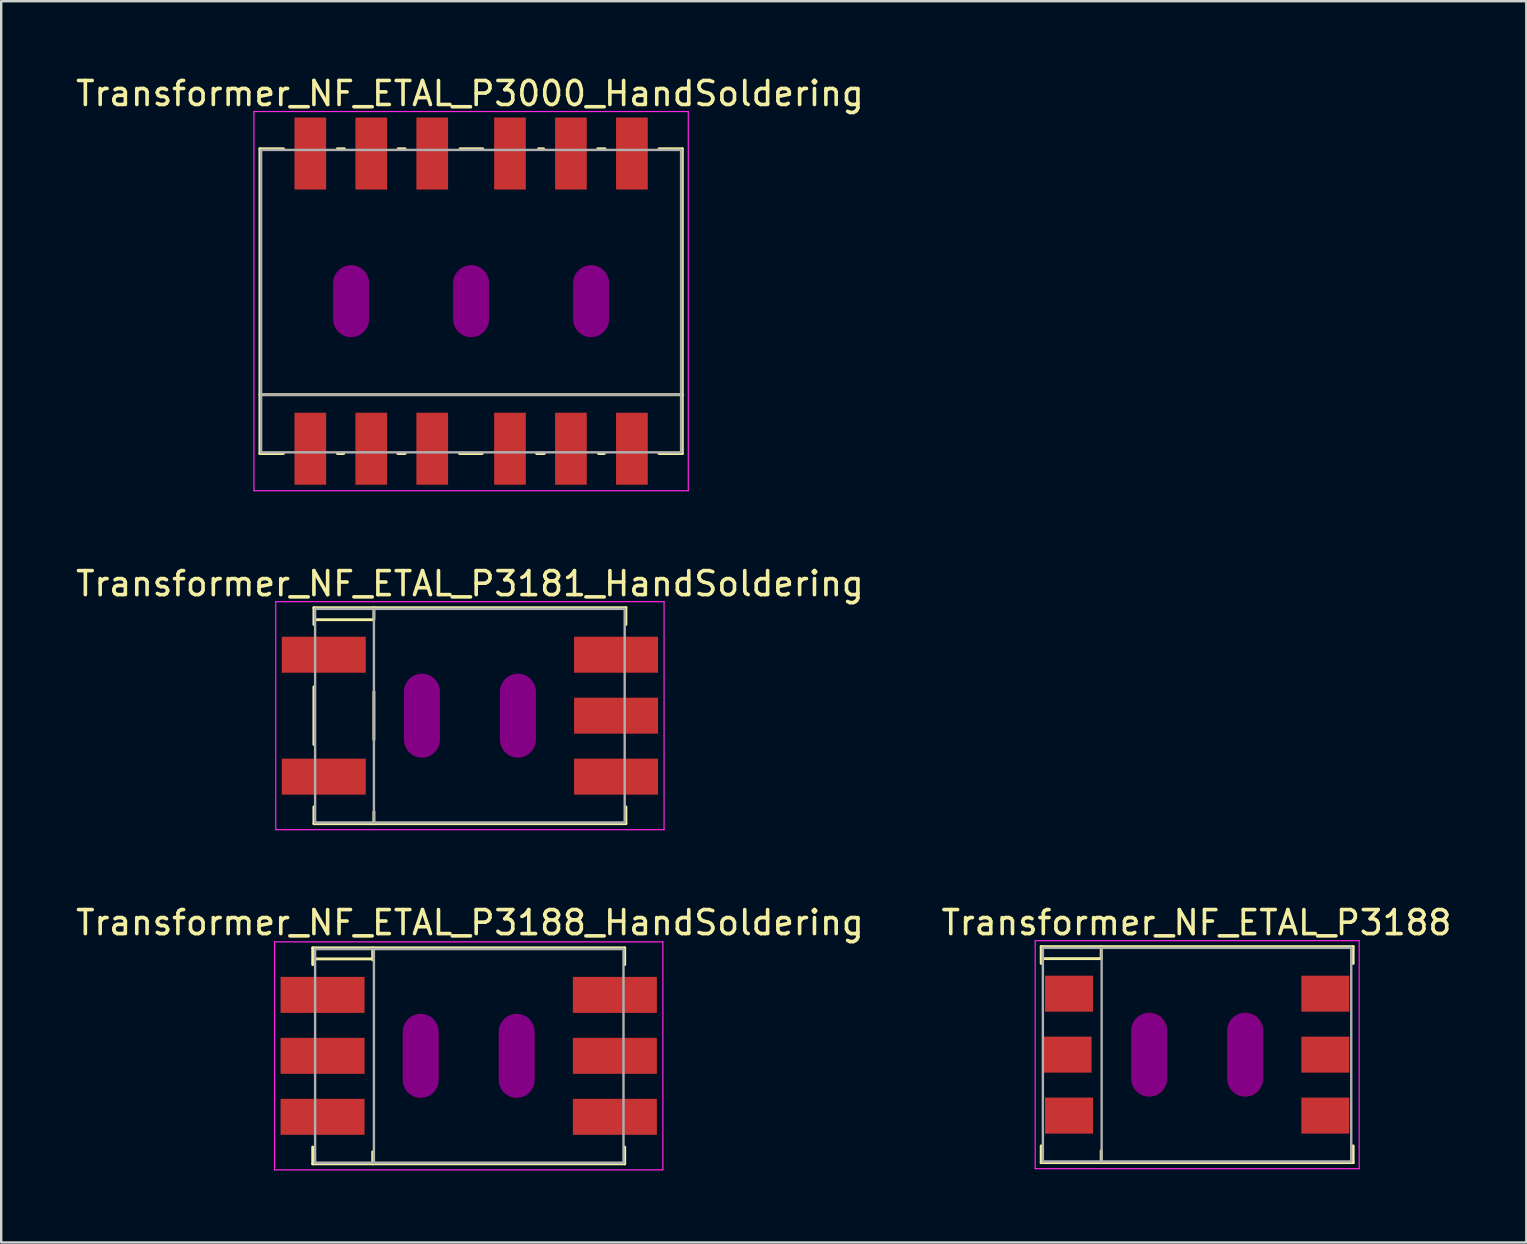
<source format=kicad_pcb>
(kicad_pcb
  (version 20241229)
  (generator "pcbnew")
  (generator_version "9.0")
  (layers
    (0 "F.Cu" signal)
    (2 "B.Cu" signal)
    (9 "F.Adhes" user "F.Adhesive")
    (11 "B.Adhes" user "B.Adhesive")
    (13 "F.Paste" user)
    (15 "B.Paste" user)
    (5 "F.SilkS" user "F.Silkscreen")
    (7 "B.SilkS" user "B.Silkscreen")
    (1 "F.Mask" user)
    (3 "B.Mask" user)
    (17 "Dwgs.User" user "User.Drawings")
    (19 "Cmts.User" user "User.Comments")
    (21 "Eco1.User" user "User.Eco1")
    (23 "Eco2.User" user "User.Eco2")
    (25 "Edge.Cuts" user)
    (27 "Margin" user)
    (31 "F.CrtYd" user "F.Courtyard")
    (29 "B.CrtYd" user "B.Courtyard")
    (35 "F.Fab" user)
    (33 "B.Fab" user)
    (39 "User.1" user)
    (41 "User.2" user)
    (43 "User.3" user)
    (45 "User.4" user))
  (footprint "Transformer_NF_ETAL_P3181_HandSoldering"
    (layer "F.Cu")
    (at 16.53 26.771)
    (property "Reference" "Transformer_NF_ETAL_P3181_HandSoldering" (at 0 -5.5 0) (layer "F.SilkS") (effects (font (size 1 1) (thickness 0.15))))
    (attr smd)
    (fp_line (start -6.5 -4.5) (end -6.5 -3.8) (stroke (width 0.12) (type solid)) (layer "F.SilkS"))
    (fp_line (start -6.5 -1.2) (end -6.5 1.2) (stroke (width 0.12) (type solid)) (layer "F.SilkS"))
    (fp_line (start -6.5 3.8) (end -6.5 4.5) (stroke (width 0.12) (type solid)) (layer "F.SilkS"))
    (fp_line (start -6.5 4.5) (end 6.5 4.5) (stroke (width 0.12) (type solid)) (layer "F.SilkS"))
    (fp_line (start -4.02 -4) (end -6.42 -4) (stroke (width 0.12) (type solid)) (layer "F.SilkS"))
    (fp_line (start -4 -4.5) (end -4 -4) (stroke (width 0.12) (type solid)) (layer "F.SilkS"))
    (fp_line (start -4 -1) (end -4 1) (stroke (width 0.12) (type solid)) (layer "F.SilkS"))
    (fp_line (start -4 4.5) (end -4 4) (stroke (width 0.12) (type solid)) (layer "F.SilkS"))
    (fp_line (start 6.5 -4.5) (end -6.5 -4.5) (stroke (width 0.12) (type solid)) (layer "F.SilkS"))
    (fp_line (start 6.5 -4.5) (end 6.5 -3.8) (stroke (width 0.12) (type solid)) (layer "F.SilkS"))
    (fp_line (start 6.5 3.8) (end 6.5 4.5) (stroke (width 0.12) (type solid)) (layer "F.SilkS"))
    (fp_line (start -8.09 -4.75) (end -8.09 4.75) (stroke (width 0.05) (type solid)) (layer "F.CrtYd"))
    (fp_line (start -8.09 -4.75) (end 8.09 -4.75) (stroke (width 0.05) (type solid)) (layer "F.CrtYd"))
    (fp_line (start 8.09 4.75) (end -8.09 4.75) (stroke (width 0.05) (type solid)) (layer "F.CrtYd"))
    (fp_line (start 8.09 4.75) (end 8.09 -4.75) (stroke (width 0.05) (type solid)) (layer "F.CrtYd"))
    (fp_line (start -6.45 -4.45) (end -6.45 4.45) (stroke (width 0.1) (type solid)) (layer "F.Fab"))
    (fp_line (start -6.45 4.45) (end 6.45 4.45) (stroke (width 0.1) (type solid)) (layer "F.Fab"))
    (fp_line (start -4 -4.45) (end -4 4.45) (stroke (width 0.1) (type solid)) (layer "F.Fab"))
    (fp_line (start 6.45 -4.45) (end -6.45 -4.45) (stroke (width 0.1) (type solid)) (layer "F.Fab"))
    (fp_line (start 6.45 4.45) (end 6.45 -4.45) (stroke (width 0.1) (type solid)) (layer "F.Fab"))
    (pad "" smd oval (at -2 0 90) (size 3.5 1.5) (layers "F.Adhes"))
    (pad "" smd oval (at 2 0 90) (size 3.5 1.5) (layers "F.Adhes"))
    (pad "1" smd rect (at -6.09 -2.54) (size 3.5 1.5) (layers "F.Cu" "F.Mask" "F.Paste"))
    (pad "2" smd rect (at -6.09 2.54) (size 3.5 1.5) (layers "F.Cu" "F.Mask" "F.Paste"))
    (pad "3" smd rect (at 6.09 2.54) (size 3.5 1.5) (layers "F.Cu" "F.Mask" "F.Paste"))
    (pad "4" smd rect (at 6.09 0) (size 3.5 1.5) (layers "F.Cu" "F.Mask" "F.Paste"))
    (pad "5" smd rect (at 6.09 -2.54) (size 3.5 1.5) (layers "F.Cu" "F.Mask" "F.Paste")))
  (footprint "Transformer_NF_ETAL_P3188_HandSoldering"
    (layer "F.Cu")
    (at 16.48 40.945)
    (property "Reference" "Transformer_NF_ETAL_P3188_HandSoldering" (at 0.05 -5.55 0) (layer "F.SilkS") (effects (font (size 1 1) (thickness 0.15))))
    (attr smd)
    (fp_line (start -6.5 -4.5) (end -6.5 -3.8) (stroke (width 0.12) (type solid)) (layer "F.SilkS"))
    (fp_line (start -6.5 3.8) (end -6.5 4.5) (stroke (width 0.12) (type solid)) (layer "F.SilkS"))
    (fp_line (start -6.5 4.5) (end 6.5 4.5) (stroke (width 0.12) (type solid)) (layer "F.SilkS"))
    (fp_line (start -4 -4.5) (end -4 -4) (stroke (width 0.12) (type solid)) (layer "F.SilkS"))
    (fp_line (start -4 -4.04) (end -6.44 -4.04) (stroke (width 0.12) (type solid)) (layer "F.SilkS"))
    (fp_line (start -4 4.5) (end -4 4) (stroke (width 0.12) (type solid)) (layer "F.SilkS"))
    (fp_line (start 6.5 -4.5) (end -6.5 -4.5) (stroke (width 0.12) (type solid)) (layer "F.SilkS"))
    (fp_line (start 6.5 -4.5) (end 6.5 -3.8) (stroke (width 0.12) (type solid)) (layer "F.SilkS"))
    (fp_line (start 6.5 3.8) (end 6.5 4.5) (stroke (width 0.12) (type solid)) (layer "F.SilkS"))
    (fp_line (start -8.09 -4.75) (end -8.09 4.75) (stroke (width 0.05) (type solid)) (layer "F.CrtYd"))
    (fp_line (start -8.09 -4.75) (end 8.09 -4.75) (stroke (width 0.05) (type solid)) (layer "F.CrtYd"))
    (fp_line (start 8.09 4.75) (end -8.09 4.75) (stroke (width 0.05) (type solid)) (layer "F.CrtYd"))
    (fp_line (start 8.09 4.75) (end 8.09 -4.75) (stroke (width 0.05) (type solid)) (layer "F.CrtYd"))
    (fp_line (start -6.4 -4.45) (end 6.45 -4.45) (stroke (width 0.1) (type solid)) (layer "F.Fab"))
    (fp_line (start -6.4 4.45) (end -6.4 -4.45) (stroke (width 0.1) (type solid)) (layer "F.Fab"))
    (fp_line (start -3.95 -4.45) (end -3.95 4.45) (stroke (width 0.1) (type solid)) (layer "F.Fab"))
    (fp_line (start 6.45 -4.45) (end 6.45 4.45) (stroke (width 0.1) (type solid)) (layer "F.Fab"))
    (fp_line (start 6.45 4.45) (end -6.4 4.45) (stroke (width 0.1) (type solid)) (layer "F.Fab"))
    (pad "" smd oval (at -2 0 90) (size 3.5 1.5) (layers "F.Adhes"))
    (pad "" smd oval (at 2 0 90) (size 3.5 1.5) (layers "F.Adhes"))
    (pad "1" smd rect (at -6.09 -2.54) (size 3.5 1.5) (layers "F.Cu" "F.Mask" "F.Paste"))
    (pad "2" smd rect (at -6.09 0) (size 3.5 1.5) (layers "F.Cu" "F.Mask" "F.Paste"))
    (pad "2" smd rect (at -6.09 2.54) (size 3.5 1.5) (layers "F.Cu" "F.Mask" "F.Paste"))
    (pad "3" smd rect (at 6.09 2.54) (size 3.5 1.5) (layers "F.Cu" "F.Mask" "F.Paste"))
    (pad "4" smd rect (at 6.09 0) (size 3.5 1.5) (layers "F.Cu" "F.Mask" "F.Paste"))
    (pad "5" smd rect (at 6.09 -2.54) (size 3.5 1.5) (layers "F.Cu" "F.Mask" "F.Paste")))
  (footprint "Transformer_NF_ETAL_P3000_HandSoldering"
    (layer "F.Cu")
    (at 16.58 9.498)
    (property "Reference" "Transformer_NF_ETAL_P3000_HandSoldering" (at -0.05 -8.65 0) (layer "F.SilkS") (effects (font (size 1 1) (thickness 0.15))))
    (attr smd)
    (fp_line (start -8.8 -6.35) (end -7.82 -6.35) (stroke (width 0.12) (type solid)) (layer "F.SilkS"))
    (fp_line (start -8.8 6.35) (end -8.8 -6.35) (stroke (width 0.12) (type solid)) (layer "F.SilkS"))
    (fp_line (start -7.82 6.35) (end -8.8 6.35) (stroke (width 0.12) (type solid)) (layer "F.SilkS"))
    (fp_line (start -5.57 -6.35) (end -5.28 -6.35) (stroke (width 0.12) (type solid)) (layer "F.SilkS"))
    (fp_line (start -5.31 6.35) (end -5.57 6.35) (stroke (width 0.12) (type solid)) (layer "F.SilkS"))
    (fp_line (start -3.04 -6.35) (end -2.75 -6.35) (stroke (width 0.12) (type solid)) (layer "F.SilkS"))
    (fp_line (start -2.75 6.35) (end -3.05 6.35) (stroke (width 0.12) (type solid)) (layer "F.SilkS"))
    (fp_line (start -0.46 -6.35) (end 0.48 -6.35) (stroke (width 0.12) (type solid)) (layer "F.SilkS"))
    (fp_line (start 0.46 6.35) (end -0.48 6.35) (stroke (width 0.12) (type solid)) (layer "F.SilkS"))
    (fp_line (start 2.81 -6.35) (end 3.02 -6.35) (stroke (width 0.12) (type solid)) (layer "F.SilkS"))
    (fp_line (start 3.05 6.35) (end 2.73 6.35) (stroke (width 0.12) (type solid)) (layer "F.SilkS"))
    (fp_line (start 5.28 -6.35) (end 5.58 -6.35) (stroke (width 0.12) (type solid)) (layer "F.SilkS"))
    (fp_line (start 5.55 6.35) (end 5.31 6.35) (stroke (width 0.12) (type solid)) (layer "F.SilkS"))
    (fp_line (start 8.8 -6.35) (end 7.83 -6.35) (stroke (width 0.12) (type solid)) (layer "F.SilkS"))
    (fp_line (start 8.8 -6.35) (end 8.8 6.35) (stroke (width 0.12) (type solid)) (layer "F.SilkS"))
    (fp_line (start 8.8 3.9) (end -8.8 3.9) (stroke (width 0.12) (type solid)) (layer "F.SilkS"))
    (fp_line (start 8.8 6.35) (end 7.83 6.35) (stroke (width 0.12) (type solid)) (layer "F.SilkS"))
    (fp_line (start -9.05 -7.9) (end -9.05 7.9) (stroke (width 0.05) (type solid)) (layer "F.CrtYd"))
    (fp_line (start -9.05 -7.9) (end 9.05 -7.9) (stroke (width 0.05) (type solid)) (layer "F.CrtYd"))
    (fp_line (start 9.05 7.9) (end -9.05 7.9) (stroke (width 0.05) (type solid)) (layer "F.CrtYd"))
    (fp_line (start 9.05 7.9) (end 9.05 -7.9) (stroke (width 0.05) (type solid)) (layer "F.CrtYd"))
    (fp_line (start -8.75 -6.3) (end 8.75 -6.3) (stroke (width 0.1) (type solid)) (layer "F.Fab"))
    (fp_line (start -8.75 6.3) (end -8.75 -6.3) (stroke (width 0.1) (type solid)) (layer "F.Fab"))
    (fp_line (start -8.65 3.9) (end 8.7 3.9) (stroke (width 0.1) (type solid)) (layer "F.Fab"))
    (fp_line (start 8.75 -6.3) (end 8.75 6.3) (stroke (width 0.1) (type solid)) (layer "F.Fab"))
    (fp_line (start 8.75 6.3) (end -8.75 6.3) (stroke (width 0.1) (type solid)) (layer "F.Fab"))
    (pad "" smd oval (at -5 0) (size 1.5 3) (layers "F.Adhes"))
    (pad "" smd oval (at 0 0) (size 1.5 3) (layers "F.Adhes"))
    (pad "" smd oval (at 5 0) (size 1.5 3) (layers "F.Adhes"))
    (pad "1" smd rect (at -6.7 6.15) (size 1.32 3) (layers "F.Cu" "F.Mask" "F.Paste"))
    (pad "2" smd rect (at -4.16 6.15) (size 1.32 3) (layers "F.Cu" "F.Mask" "F.Paste"))
    (pad "3" smd rect (at -1.62 6.15) (size 1.32 3) (layers "F.Cu" "F.Mask" "F.Paste"))
    (pad "4" smd rect (at 1.62 6.15) (size 1.32 3) (layers "F.Cu" "F.Mask" "F.Paste"))
    (pad "5" smd rect (at 4.16 6.15) (size 1.32 3) (layers "F.Cu" "F.Mask" "F.Paste"))
    (pad "6" smd rect (at 6.7 6.15) (size 1.32 3) (layers "F.Cu" "F.Mask" "F.Paste"))
    (pad "7" smd rect (at 6.7 -6.15) (size 1.32 3) (layers "F.Cu" "F.Mask" "F.Paste"))
    (pad "8" smd rect (at 4.16 -6.15) (size 1.32 3) (layers "F.Cu" "F.Mask" "F.Paste"))
    (pad "9" smd rect (at 1.62 -6.15) (size 1.32 3) (layers "F.Cu" "F.Mask" "F.Paste"))
    (pad "10" smd rect (at -1.62 -6.15) (size 1.32 3) (layers "F.Cu" "F.Mask" "F.Paste"))
    (pad "11" smd rect (at -4.16 -6.15) (size 1.32 3) (layers "F.Cu" "F.Mask" "F.Paste"))
    (pad "12" smd rect (at -6.7 -6.15) (size 1.32 3) (layers "F.Cu" "F.Mask" "F.Paste")))
  (footprint "Transformer_NF_ETAL_P3188"
    (layer "F.Cu")
    (at 46.804 40.895)
    (property "Reference" "Transformer_NF_ETAL_P3188" (at 0 -5.5 0) (layer "F.SilkS") (effects (font (size 1 1) (thickness 0.15))))
    (attr smd)
    (fp_line (start -6.47 -4.5) (end -6.47 -3.8) (stroke (width 0.12) (type solid)) (layer "F.SilkS"))
    (fp_line (start -6.47 3.8) (end -6.47 4.5) (stroke (width 0.12) (type solid)) (layer "F.SilkS"))
    (fp_line (start -6.47 4.5) (end 6.53 4.5) (stroke (width 0.12) (type solid)) (layer "F.SilkS"))
    (fp_line (start -3.97 -4.5) (end -3.97 -4) (stroke (width 0.12) (type solid)) (layer "F.SilkS"))
    (fp_line (start -3.97 4.5) (end -3.97 4) (stroke (width 0.12) (type solid)) (layer "F.SilkS"))
    (fp_line (start -3.96 -4) (end -6.39 -4) (stroke (width 0.12) (type solid)) (layer "F.SilkS"))
    (fp_line (start 6.53 -4.5) (end -6.47 -4.5) (stroke (width 0.12) (type solid)) (layer "F.SilkS"))
    (fp_line (start 6.53 -4.5) (end 6.53 -3.8) (stroke (width 0.12) (type solid)) (layer "F.SilkS"))
    (fp_line (start 6.53 3.8) (end 6.53 4.5) (stroke (width 0.12) (type solid)) (layer "F.SilkS"))
    (fp_line (start -6.72 -4.75) (end -6.72 4.75) (stroke (width 0.05) (type solid)) (layer "F.CrtYd"))
    (fp_line (start -6.72 -4.75) (end 6.78 -4.75) (stroke (width 0.05) (type solid)) (layer "F.CrtYd"))
    (fp_line (start 6.78 4.75) (end -6.72 4.75) (stroke (width 0.05) (type solid)) (layer "F.CrtYd"))
    (fp_line (start 6.78 4.75) (end 6.78 -4.75) (stroke (width 0.05) (type solid)) (layer "F.CrtYd"))
    (fp_line (start -6.4 -4.45) (end 6.45 -4.45) (stroke (width 0.1) (type solid)) (layer "F.Fab"))
    (fp_line (start -6.4 4.45) (end -6.4 -4.45) (stroke (width 0.1) (type solid)) (layer "F.Fab"))
    (fp_line (start -3.95 -4.45) (end -3.95 4.45) (stroke (width 0.1) (type solid)) (layer "F.Fab"))
    (fp_line (start 6.45 -4.45) (end 6.45 4.45) (stroke (width 0.1) (type solid)) (layer "F.Fab"))
    (fp_line (start 6.45 4.45) (end -6.4 4.45) (stroke (width 0.1) (type solid)) (layer "F.Fab"))
    (pad "" smd oval (at -1.97 0 90) (size 3.5 1.5) (layers "F.Adhes"))
    (pad "" smd oval (at 2.03 0 90) (size 3.5 1.5) (layers "F.Adhes"))
    (pad "1" smd rect (at -5.31 -2.54) (size 2 1.5) (layers "F.Cu" "F.Mask" "F.Paste"))
    (pad "2" smd rect (at -5.37 0) (size 2 1.5) (layers "F.Cu" "F.Mask" "F.Paste"))
    (pad "2" smd rect (at -5.31 2.54) (size 2 1.5) (layers "F.Cu" "F.Mask" "F.Paste"))
    (pad "3" smd rect (at 5.37 2.54) (size 2 1.5) (layers "F.Cu" "F.Mask" "F.Paste"))
    (pad "4" smd rect (at 5.37 0) (size 2 1.5) (layers "F.Cu" "F.Mask" "F.Paste"))
    (pad "5" smd rect (at 5.37 -2.54) (size 2 1.5) (layers "F.Cu" "F.Mask" "F.Paste")))
  (gr_rect
    (start -3 -3)
    (end 60.548 48.72)
    (stroke (width 0.1) (type default))
    (fill no)
    (layer "Edge.Cuts")))
</source>
